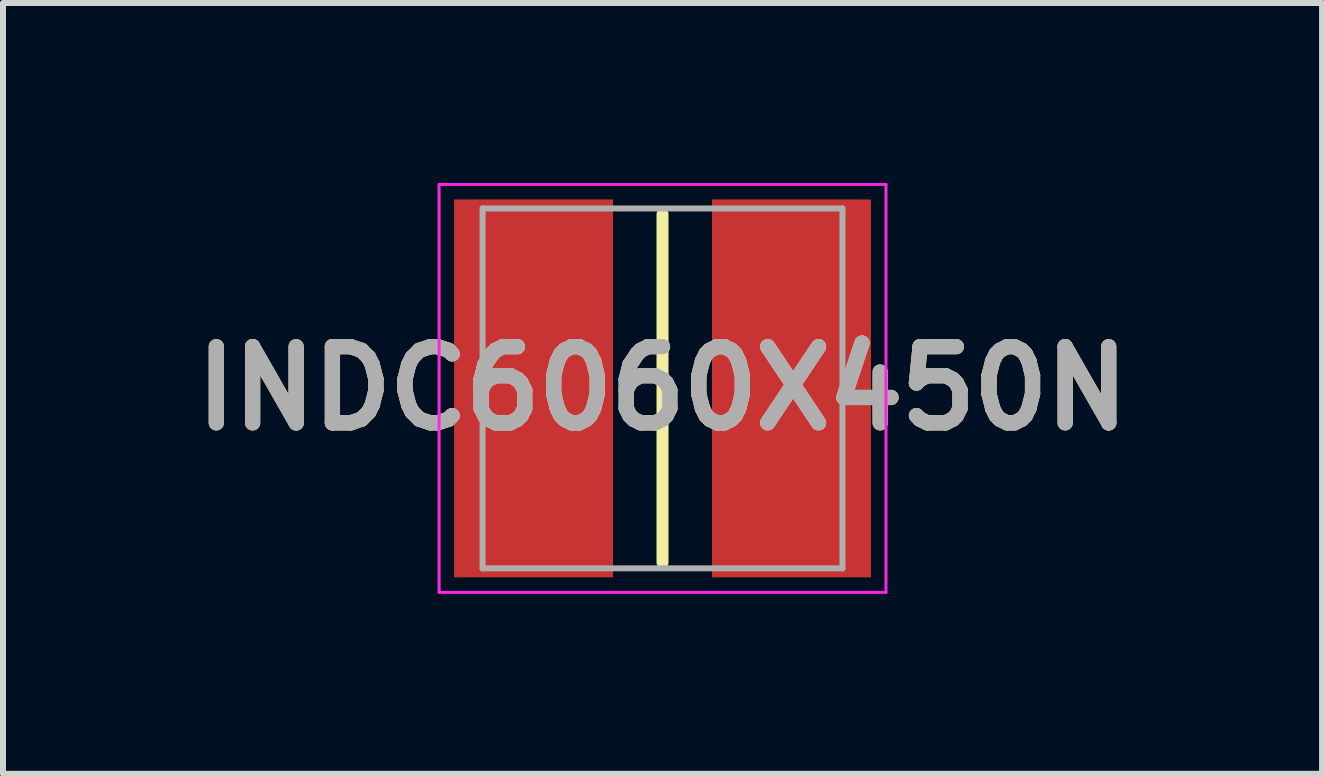
<source format=kicad_pcb>
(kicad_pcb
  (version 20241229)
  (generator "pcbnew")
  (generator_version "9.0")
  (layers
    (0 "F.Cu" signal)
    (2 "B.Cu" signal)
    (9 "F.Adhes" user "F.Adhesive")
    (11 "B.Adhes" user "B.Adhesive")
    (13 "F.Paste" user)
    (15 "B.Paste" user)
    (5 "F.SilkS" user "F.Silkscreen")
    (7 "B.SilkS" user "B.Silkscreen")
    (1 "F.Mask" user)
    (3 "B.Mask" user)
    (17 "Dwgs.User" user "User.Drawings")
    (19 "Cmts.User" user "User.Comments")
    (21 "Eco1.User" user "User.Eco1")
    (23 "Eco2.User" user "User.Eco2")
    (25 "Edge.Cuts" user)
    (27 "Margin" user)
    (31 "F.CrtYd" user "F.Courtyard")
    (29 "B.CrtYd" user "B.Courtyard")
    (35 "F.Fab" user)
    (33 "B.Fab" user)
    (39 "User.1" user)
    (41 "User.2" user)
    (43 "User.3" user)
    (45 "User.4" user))
  (footprint "INDC6060X450N"
    (layer "F.Cu")
    (at 7.995 3.425)
    (property "Reference" "INDC6060X450N" (at 0 0 0) (layer "F.SilkS") (effects (font (size 1.27 1.27) (thickness 0.254))))
    (attr smd)
    (fp_line (start 0 -2.9) (end 0 2.9) (stroke (width 0.2) (type solid)) (layer "F.SilkS"))
    (fp_line (start -3.725 -3.4) (end 3.725 -3.4) (stroke (width 0.05) (type solid)) (layer "F.CrtYd"))
    (fp_line (start -3.725 3.4) (end -3.725 -3.4) (stroke (width 0.05) (type solid)) (layer "F.CrtYd"))
    (fp_line (start 3.725 -3.4) (end 3.725 3.4) (stroke (width 0.05) (type solid)) (layer "F.CrtYd"))
    (fp_line (start 3.725 3.4) (end -3.725 3.4) (stroke (width 0.05) (type solid)) (layer "F.CrtYd"))
    (fp_line (start -3 -3) (end 3 -3) (stroke (width 0.1) (type solid)) (layer "F.Fab"))
    (fp_line (start -3 3) (end -3 -3) (stroke (width 0.1) (type solid)) (layer "F.Fab"))
    (fp_line (start 3 -3) (end 3 3) (stroke (width 0.1) (type solid)) (layer "F.Fab"))
    (fp_line (start 3 3) (end -3 3) (stroke (width 0.1) (type solid)) (layer "F.Fab"))
    (fp_text user "${REFERENCE}" (at 0 0 0) (layer "F.Fab") (effects (font (size 1.27 1.27) (thickness 0.254))))
    (pad "1" smd rect (at -2.15 0) (size 2.65 6.3) (layers "F.Cu" "F.Mask" "F.Paste"))
    (pad "2" smd rect (at 2.15 0) (size 2.65 6.3) (layers "F.Cu" "F.Mask" "F.Paste")))
  (gr_rect
    (start -3 -3)
    (end 18.99 9.85)
    (stroke (width 0.1) (type default))
    (fill no)
    (layer "Edge.Cuts")))
</source>
